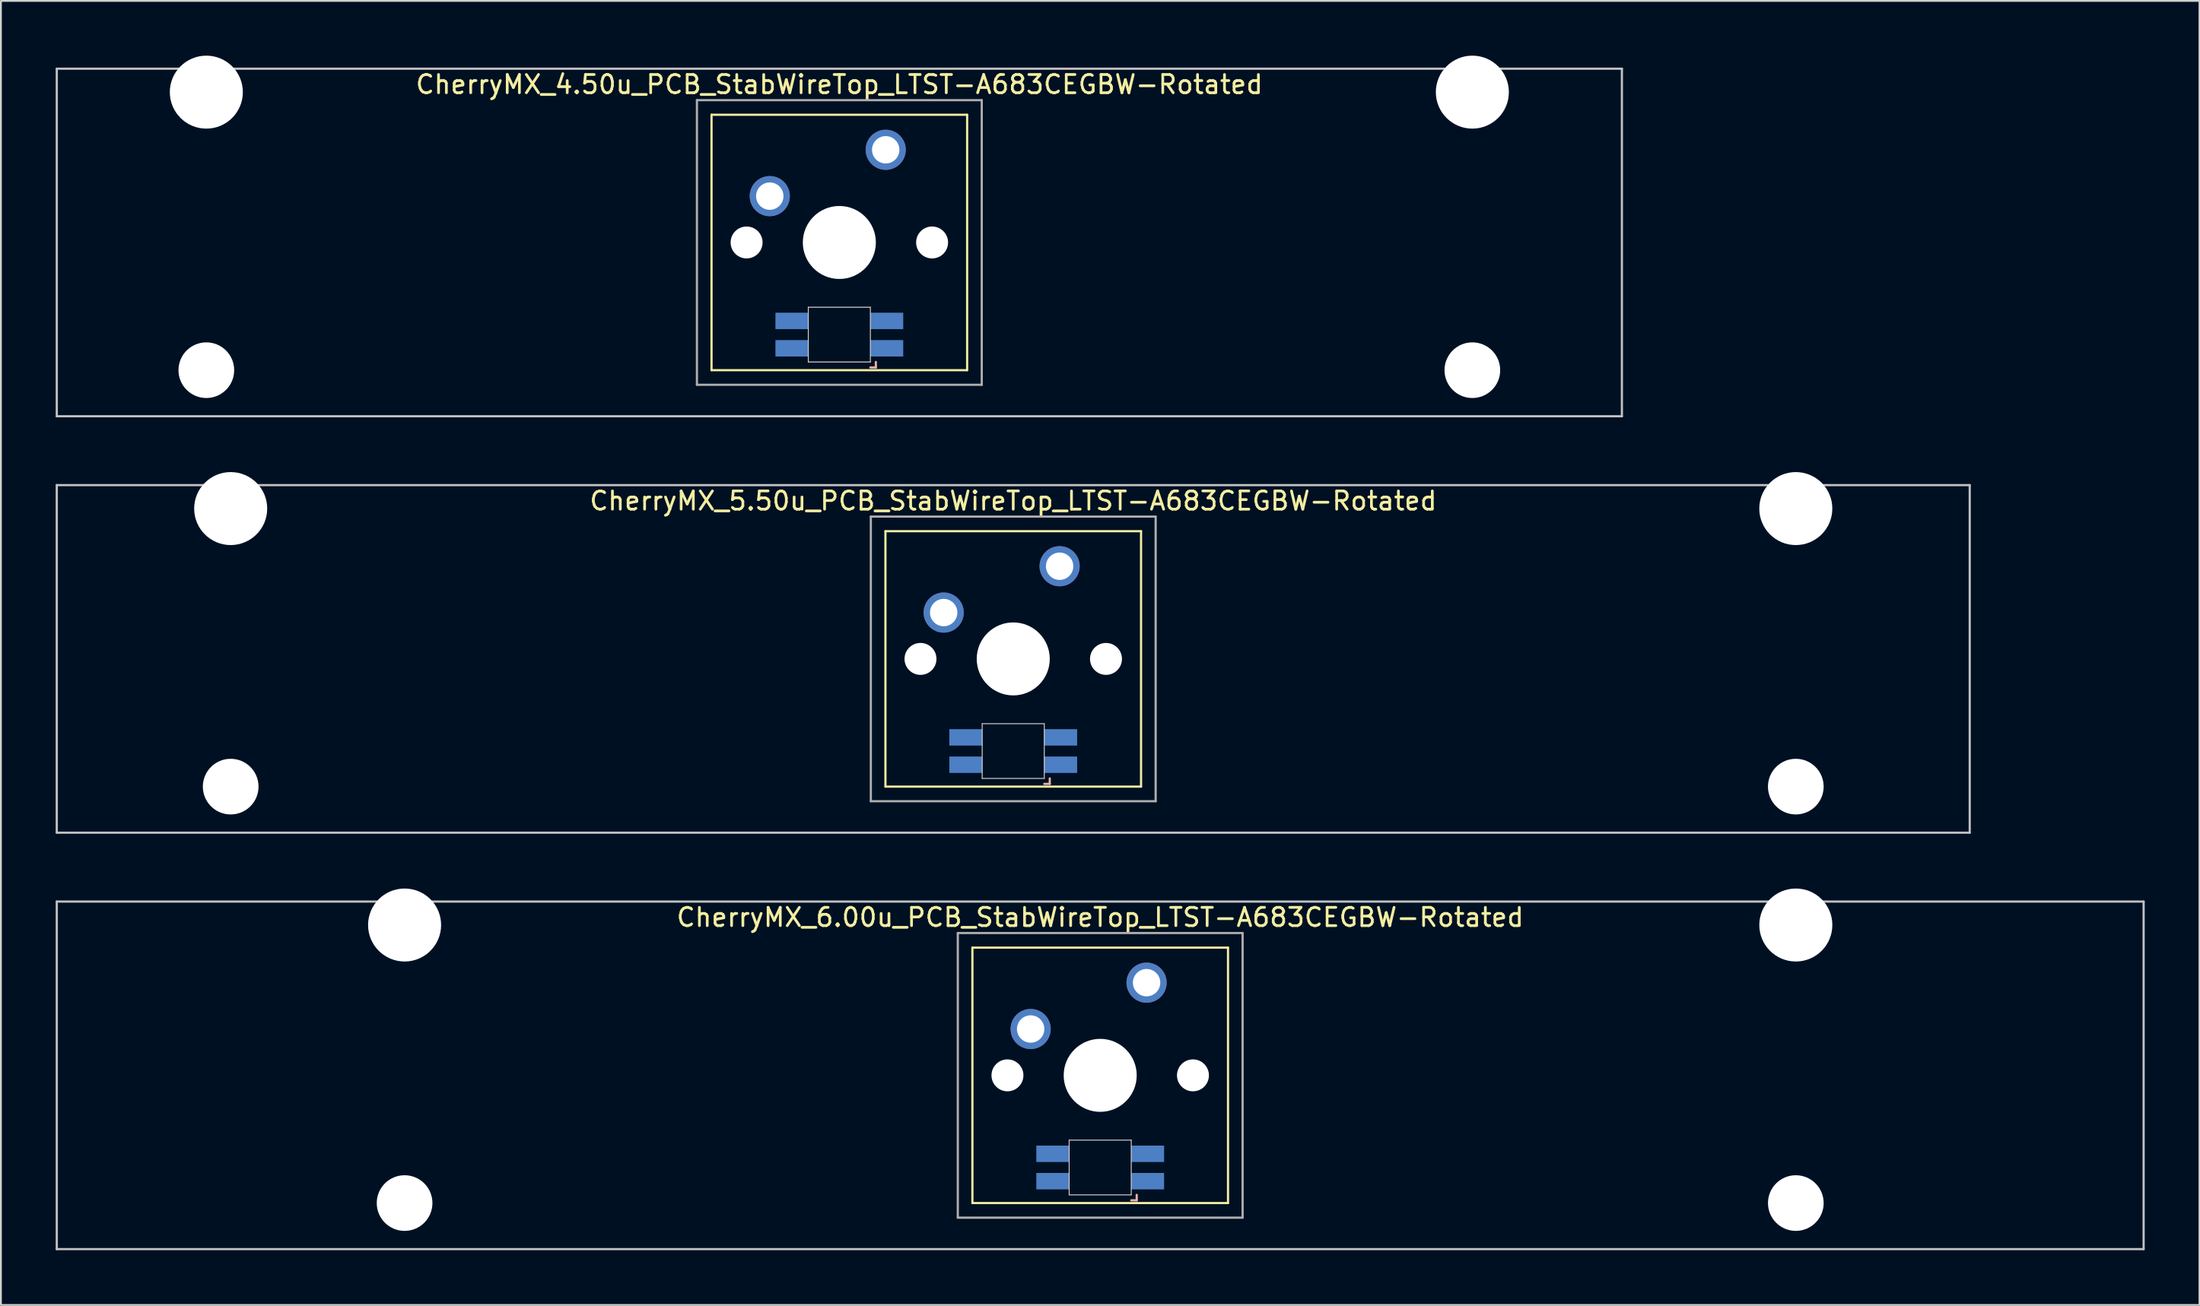
<source format=kicad_pcb>
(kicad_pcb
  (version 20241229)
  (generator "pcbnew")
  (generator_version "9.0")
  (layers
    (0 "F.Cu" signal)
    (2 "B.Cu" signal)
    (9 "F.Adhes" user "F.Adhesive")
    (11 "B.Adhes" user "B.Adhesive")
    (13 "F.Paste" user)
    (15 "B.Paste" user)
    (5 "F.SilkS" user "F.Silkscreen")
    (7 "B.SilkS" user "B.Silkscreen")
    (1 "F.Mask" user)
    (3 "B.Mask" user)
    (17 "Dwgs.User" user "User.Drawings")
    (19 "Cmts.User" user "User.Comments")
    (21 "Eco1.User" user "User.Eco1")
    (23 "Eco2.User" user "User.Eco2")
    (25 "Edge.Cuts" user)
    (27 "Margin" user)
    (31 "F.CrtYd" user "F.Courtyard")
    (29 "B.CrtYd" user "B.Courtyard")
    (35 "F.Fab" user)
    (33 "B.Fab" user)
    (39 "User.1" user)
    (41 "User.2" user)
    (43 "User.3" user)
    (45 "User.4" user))
  (footprint "CherryMX_5.50u_PCB_StabWireTop_LTST-A683CEGBW-Rotated"
    (layer "F.Cu")
    (at 52.447 33.065)
    (property "Reference" "CherryMX_5.50u_PCB_StabWireTop_LTST-A683CEGBW-Rotated" (at 0 -8.662 0) (layer "F.SilkS") (effects (font (size 1 1) (thickness 0.15))))
    (attr through_hole)
    (fp_line (start -7 -7) (end -7 7) (stroke (width 0.12) (type solid)) (layer "F.SilkS"))
    (fp_line (start -7 -7) (end 7 -7) (stroke (width 0.12) (type solid)) (layer "F.SilkS"))
    (fp_line (start 7 -7) (end 7 7) (stroke (width 0.12) (type solid)) (layer "F.SilkS"))
    (fp_line (start 7 7) (end -7 7) (stroke (width 0.12) (type solid)) (layer "F.SilkS"))
    (fp_line (start 1.7 6.85) (end 2 6.85) (stroke (width 0.12) (type solid)) (layer "B.SilkS"))
    (fp_line (start 2 6.85) (end 2 6.55) (stroke (width 0.12) (type solid)) (layer "B.SilkS"))
    (fp_line (start -52.388 -9.525) (end 52.388 -9.525) (stroke (width 0.12) (type solid)) (layer "Dwgs.User"))
    (fp_line (start -52.388 9.525) (end -52.388 -9.525) (stroke (width 0.12) (type solid)) (layer "Dwgs.User"))
    (fp_line (start 52.388 -9.525) (end 52.388 9.525) (stroke (width 0.12) (type solid)) (layer "Dwgs.User"))
    (fp_line (start 52.388 9.525) (end -52.388 9.525) (stroke (width 0.12) (type solid)) (layer "Dwgs.User"))
    (fp_line (start -1.7 3.55) (end 1.7 3.55) (stroke (width 0.05) (type solid)) (layer "Edge.Cuts"))
    (fp_line (start -1.7 6.55) (end -1.7 3.55) (stroke (width 0.05) (type solid)) (layer "Edge.Cuts"))
    (fp_line (start 1.7 3.55) (end 1.7 6.55) (stroke (width 0.05) (type solid)) (layer "Edge.Cuts"))
    (fp_line (start 1.7 6.55) (end -1.7 6.55) (stroke (width 0.05) (type solid)) (layer "Edge.Cuts"))
    (fp_line (start -7.8 -7.8) (end -7.8 7.8) (stroke (width 0.12) (type solid)) (layer "F.Fab"))
    (fp_line (start -7.8 -7.8) (end 7.8 -7.8) (stroke (width 0.12) (type solid)) (layer "F.Fab"))
    (fp_line (start -7.8 7.8) (end 7.8 7.8) (stroke (width 0.12) (type solid)) (layer "F.Fab"))
    (fp_line (start 7.8 -7.8) (end 7.8 7.8) (stroke (width 0.12) (type solid)) (layer "F.Fab"))
    (pad "" np_thru_hole circle (at -42.862 -8.24) (size 4 4) (drill 4) (layers "*.Cu" "*.Mask"))
    (pad "" np_thru_hole circle (at -42.862 7) (size 3.05 3.05) (drill 3.05) (layers "*.Cu" "*.Mask"))
    (pad "" np_thru_hole circle (at -5.08 0) (size 1.75 1.75) (drill 1.75) (layers "*.Cu" "*.Mask"))
    (pad "" np_thru_hole circle (at 0 0) (size 4 4) (drill 4) (layers "*.Cu" "*.Mask"))
    (pad "" np_thru_hole circle (at 5.08 0) (size 1.75 1.75) (drill 1.75) (layers "*.Cu" "*.Mask"))
    (pad "" np_thru_hole circle (at 42.862 -8.24) (size 4 4) (drill 4) (layers "*.Cu" "*.Mask"))
    (pad "" np_thru_hole circle (at 42.862 7) (size 3.05 3.05) (drill 3.05) (layers "*.Cu" "*.Mask"))
    (pad "1" thru_hole circle (at -3.81 -2.54) (size 2.2 2.2) (drill 1.5) (layers "*.Cu" "*.Mask"))
    (pad "2" thru_hole circle (at 2.54 -5.08) (size 2.2 2.2) (drill 1.5) (layers "*.Cu" "*.Mask"))
    (pad "3" smd rect (at 2.6 5.8) (size 1.8 0.9) (layers "B.Cu" "B.Mask" "B.Paste"))
    (pad "4" smd rect (at 2.6 4.3) (size 1.8 0.9) (layers "B.Cu" "B.Mask" "B.Paste"))
    (pad "5" smd rect (at -2.6 5.8) (size 1.8 0.9) (layers "B.Cu" "B.Mask" "B.Paste"))
    (pad "6" smd rect (at -2.6 4.3) (size 1.8 0.9) (layers "B.Cu" "B.Mask" "B.Paste")))
  (footprint "CherryMX_4.50u_PCB_StabWireTop_LTST-A683CEGBW-Rotated"
    (layer "F.Cu")
    (at 42.922 10.24)
    (property "Reference" "CherryMX_4.50u_PCB_StabWireTop_LTST-A683CEGBW-Rotated" (at 0 -8.662 0) (layer "F.SilkS") (effects (font (size 1 1) (thickness 0.15))))
    (attr through_hole)
    (fp_line (start -7 -7) (end -7 7) (stroke (width 0.12) (type solid)) (layer "F.SilkS"))
    (fp_line (start -7 -7) (end 7 -7) (stroke (width 0.12) (type solid)) (layer "F.SilkS"))
    (fp_line (start 7 -7) (end 7 7) (stroke (width 0.12) (type solid)) (layer "F.SilkS"))
    (fp_line (start 7 7) (end -7 7) (stroke (width 0.12) (type solid)) (layer "F.SilkS"))
    (fp_line (start 1.7 6.85) (end 2 6.85) (stroke (width 0.12) (type solid)) (layer "B.SilkS"))
    (fp_line (start 2 6.85) (end 2 6.55) (stroke (width 0.12) (type solid)) (layer "B.SilkS"))
    (fp_line (start -42.862 -9.525) (end 42.862 -9.525) (stroke (width 0.12) (type solid)) (layer "Dwgs.User"))
    (fp_line (start -42.862 9.525) (end -42.862 -9.525) (stroke (width 0.12) (type solid)) (layer "Dwgs.User"))
    (fp_line (start 42.862 -9.525) (end 42.862 9.525) (stroke (width 0.12) (type solid)) (layer "Dwgs.User"))
    (fp_line (start 42.862 9.525) (end -42.862 9.525) (stroke (width 0.12) (type solid)) (layer "Dwgs.User"))
    (fp_line (start -1.7 3.55) (end 1.7 3.55) (stroke (width 0.05) (type solid)) (layer "Edge.Cuts"))
    (fp_line (start -1.7 6.55) (end -1.7 3.55) (stroke (width 0.05) (type solid)) (layer "Edge.Cuts"))
    (fp_line (start 1.7 3.55) (end 1.7 6.55) (stroke (width 0.05) (type solid)) (layer "Edge.Cuts"))
    (fp_line (start 1.7 6.55) (end -1.7 6.55) (stroke (width 0.05) (type solid)) (layer "Edge.Cuts"))
    (fp_line (start -7.8 -7.8) (end -7.8 7.8) (stroke (width 0.12) (type solid)) (layer "F.Fab"))
    (fp_line (start -7.8 -7.8) (end 7.8 -7.8) (stroke (width 0.12) (type solid)) (layer "F.Fab"))
    (fp_line (start -7.8 7.8) (end 7.8 7.8) (stroke (width 0.12) (type solid)) (layer "F.Fab"))
    (fp_line (start 7.8 -7.8) (end 7.8 7.8) (stroke (width 0.12) (type solid)) (layer "F.Fab"))
    (pad "" np_thru_hole circle (at -34.671 -8.24) (size 4 4) (drill 4) (layers "*.Cu" "*.Mask"))
    (pad "" np_thru_hole circle (at -34.671 7) (size 3.05 3.05) (drill 3.05) (layers "*.Cu" "*.Mask"))
    (pad "" np_thru_hole circle (at -5.08 0) (size 1.75 1.75) (drill 1.75) (layers "*.Cu" "*.Mask"))
    (pad "" np_thru_hole circle (at 0 0) (size 4 4) (drill 4) (layers "*.Cu" "*.Mask"))
    (pad "" np_thru_hole circle (at 5.08 0) (size 1.75 1.75) (drill 1.75) (layers "*.Cu" "*.Mask"))
    (pad "" np_thru_hole circle (at 34.671 -8.24) (size 4 4) (drill 4) (layers "*.Cu" "*.Mask"))
    (pad "" np_thru_hole circle (at 34.671 7) (size 3.05 3.05) (drill 3.05) (layers "*.Cu" "*.Mask"))
    (pad "1" thru_hole circle (at -3.81 -2.54) (size 2.2 2.2) (drill 1.5) (layers "*.Cu" "*.Mask"))
    (pad "2" thru_hole circle (at 2.54 -5.08) (size 2.2 2.2) (drill 1.5) (layers "*.Cu" "*.Mask"))
    (pad "3" smd rect (at 2.6 5.8) (size 1.8 0.9) (layers "B.Cu" "B.Mask" "B.Paste"))
    (pad "4" smd rect (at 2.6 4.3) (size 1.8 0.9) (layers "B.Cu" "B.Mask" "B.Paste"))
    (pad "5" smd rect (at -2.6 5.8) (size 1.8 0.9) (layers "B.Cu" "B.Mask" "B.Paste"))
    (pad "6" smd rect (at -2.6 4.3) (size 1.8 0.9) (layers "B.Cu" "B.Mask" "B.Paste")))
  (footprint "CherryMX_6.00u_PCB_StabWireTop_LTST-A683CEGBW-Rotated"
    (layer "F.Cu")
    (at 57.21 55.89)
    (property "Reference" "CherryMX_6.00u_PCB_StabWireTop_LTST-A683CEGBW-Rotated" (at 0 -8.662 0) (layer "F.SilkS") (effects (font (size 1 1) (thickness 0.15))))
    (attr through_hole)
    (fp_line (start -7 -7) (end -7 7) (stroke (width 0.12) (type solid)) (layer "F.SilkS"))
    (fp_line (start -7 -7) (end 7 -7) (stroke (width 0.12) (type solid)) (layer "F.SilkS"))
    (fp_line (start 7 -7) (end 7 7) (stroke (width 0.12) (type solid)) (layer "F.SilkS"))
    (fp_line (start 7 7) (end -7 7) (stroke (width 0.12) (type solid)) (layer "F.SilkS"))
    (fp_line (start 1.7 6.85) (end 2 6.85) (stroke (width 0.12) (type solid)) (layer "B.SilkS"))
    (fp_line (start 2 6.85) (end 2 6.55) (stroke (width 0.12) (type solid)) (layer "B.SilkS"))
    (fp_line (start -57.15 -9.525) (end 57.15 -9.525) (stroke (width 0.12) (type solid)) (layer "Dwgs.User"))
    (fp_line (start -57.15 9.525) (end -57.15 -9.525) (stroke (width 0.12) (type solid)) (layer "Dwgs.User"))
    (fp_line (start 57.15 -9.525) (end 57.15 9.525) (stroke (width 0.12) (type solid)) (layer "Dwgs.User"))
    (fp_line (start 57.15 9.525) (end -57.15 9.525) (stroke (width 0.12) (type solid)) (layer "Dwgs.User"))
    (fp_line (start -1.7 3.55) (end 1.7 3.55) (stroke (width 0.05) (type solid)) (layer "Edge.Cuts"))
    (fp_line (start -1.7 6.55) (end -1.7 3.55) (stroke (width 0.05) (type solid)) (layer "Edge.Cuts"))
    (fp_line (start 1.7 3.55) (end 1.7 6.55) (stroke (width 0.05) (type solid)) (layer "Edge.Cuts"))
    (fp_line (start 1.7 6.55) (end -1.7 6.55) (stroke (width 0.05) (type solid)) (layer "Edge.Cuts"))
    (fp_line (start -7.8 -7.8) (end -7.8 7.8) (stroke (width 0.12) (type solid)) (layer "F.Fab"))
    (fp_line (start -7.8 -7.8) (end 7.8 -7.8) (stroke (width 0.12) (type solid)) (layer "F.Fab"))
    (fp_line (start -7.8 7.8) (end 7.8 7.8) (stroke (width 0.12) (type solid)) (layer "F.Fab"))
    (fp_line (start 7.8 -7.8) (end 7.8 7.8) (stroke (width 0.12) (type solid)) (layer "F.Fab"))
    (pad "" np_thru_hole circle (at -38.1 -8.24) (size 4 4) (drill 4) (layers "*.Cu" "*.Mask"))
    (pad "" np_thru_hole circle (at -38.1 7) (size 3.05 3.05) (drill 3.05) (layers "*.Cu" "*.Mask"))
    (pad "" np_thru_hole circle (at -5.08 0) (size 1.75 1.75) (drill 1.75) (layers "*.Cu" "*.Mask"))
    (pad "" np_thru_hole circle (at 0 0) (size 4 4) (drill 4) (layers "*.Cu" "*.Mask"))
    (pad "" np_thru_hole circle (at 5.08 0) (size 1.75 1.75) (drill 1.75) (layers "*.Cu" "*.Mask"))
    (pad "" np_thru_hole circle (at 38.1 -8.24) (size 4 4) (drill 4) (layers "*.Cu" "*.Mask"))
    (pad "" np_thru_hole circle (at 38.1 7) (size 3.05 3.05) (drill 3.05) (layers "*.Cu" "*.Mask"))
    (pad "1" thru_hole circle (at -3.81 -2.54) (size 2.2 2.2) (drill 1.5) (layers "*.Cu" "*.Mask"))
    (pad "2" thru_hole circle (at 2.54 -5.08) (size 2.2 2.2) (drill 1.5) (layers "*.Cu" "*.Mask"))
    (pad "3" smd rect (at 2.6 5.8) (size 1.8 0.9) (layers "B.Cu" "B.Mask" "B.Paste"))
    (pad "4" smd rect (at 2.6 4.3) (size 1.8 0.9) (layers "B.Cu" "B.Mask" "B.Paste"))
    (pad "5" smd rect (at -2.6 5.8) (size 1.8 0.9) (layers "B.Cu" "B.Mask" "B.Paste"))
    (pad "6" smd rect (at -2.6 4.3) (size 1.8 0.9) (layers "B.Cu" "B.Mask" "B.Paste")))
  (gr_rect
    (start -3 -3)
    (end 117.42 68.475)
    (stroke (width 0.1) (type default))
    (fill no)
    (layer "Edge.Cuts")))
</source>
